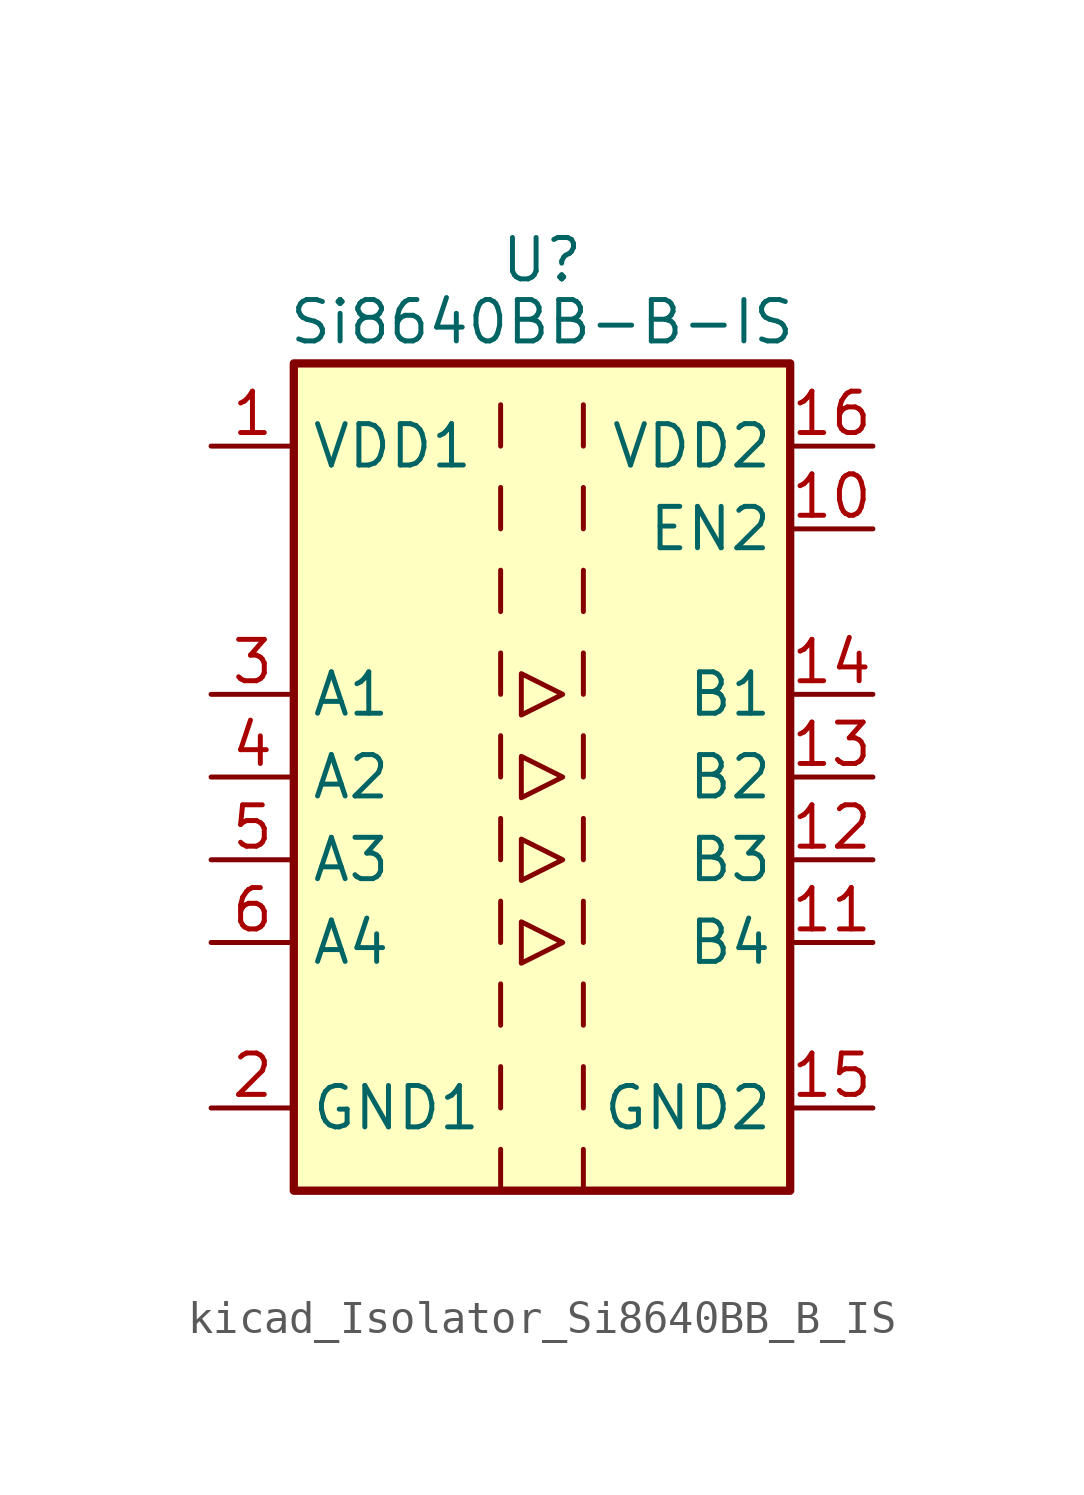
<source format=kicad_sym>
(kicad_symbol_lib
  (version 20220914)
  (generator kicad_symbol_editor)
  (symbol "kicad_Isolator_Si8640BB_B_IS"
    (property "Reference" "U"
      (at 0 15.875 0)
      (effects (font (size 1.27 1.27))))
    (property "Value" "Si8640BB-B-IS"
      (at 0 13.97 0)
      (effects (font (size 1.27 1.27))))
    (symbol "kicad_Isolator_Si8640BB_B_IS_0_1"
      (rectangle (start -7.62 12.7) (end 7.62 -12.7) (stroke (width 0.254) (type default)) (fill (type background)))
      (polyline (pts (xy -1.27 -11.43) (xy -1.27 -12.7)) (stroke (width 0) (type default)) (fill (type none)))
      (polyline (pts (xy -1.27 -8.89) (xy -1.27 -10.16)) (stroke (width 0) (type default)) (fill (type none)))
      (polyline (pts (xy -1.27 -6.35) (xy -1.27 -7.62)) (stroke (width 0) (type default)) (fill (type none)))
      (polyline (pts (xy -1.27 -3.81) (xy -1.27 -5.08)) (stroke (width 0) (type default)) (fill (type none)))
      (polyline (pts (xy -1.27 -1.27) (xy -1.27 -2.54)) (stroke (width 0) (type default)) (fill (type none)))
      (polyline (pts (xy -1.27 1.27) (xy -1.27 0)) (stroke (width 0) (type default)) (fill (type none)))
      (polyline (pts (xy -1.27 3.81) (xy -1.27 2.54)) (stroke (width 0) (type default)) (fill (type none)))
      (polyline (pts (xy -1.27 6.35) (xy -1.27 5.08)) (stroke (width 0) (type default)) (fill (type none)))
      (polyline (pts (xy -1.27 8.89) (xy -1.27 7.62)) (stroke (width 0) (type default)) (fill (type none)))
      (polyline (pts (xy -1.27 11.43) (xy -1.27 10.16)) (stroke (width 0) (type default)) (fill (type none)))
      (polyline (pts (xy 1.27 -11.43) (xy 1.27 -12.7)) (stroke (width 0) (type default)) (fill (type none)))
      (polyline (pts (xy 1.27 -8.89) (xy 1.27 -10.16)) (stroke (width 0) (type default)) (fill (type none)))
      (polyline (pts (xy 1.27 -6.35) (xy 1.27 -7.62)) (stroke (width 0) (type default)) (fill (type none)))
      (polyline (pts (xy 1.27 -3.81) (xy 1.27 -5.08)) (stroke (width 0) (type default)) (fill (type none)))
      (polyline (pts (xy 1.27 -1.27) (xy 1.27 -2.54)) (stroke (width 0) (type default)) (fill (type none)))
      (polyline (pts (xy 1.27 1.27) (xy 1.27 0)) (stroke (width 0) (type default)) (fill (type none)))
      (polyline (pts (xy 1.27 3.81) (xy 1.27 2.54)) (stroke (width 0) (type default)) (fill (type none)))
      (polyline (pts (xy 1.27 6.35) (xy 1.27 5.08)) (stroke (width 0) (type default)) (fill (type none)))
      (polyline (pts (xy 1.27 8.89) (xy 1.27 7.62)) (stroke (width 0) (type default)) (fill (type none)))
      (polyline (pts (xy 1.27 11.43) (xy 1.27 10.16)) (stroke (width 0) (type default)) (fill (type none)))
      (polyline (pts (xy -0.635 0.635) (xy -0.635 -0.635) (xy 0.635 0) (xy -0.635 0.635)) (stroke (width 0) (type default)) (fill (type none)))
      (polyline (pts (xy -0.635 3.175) (xy -0.635 1.905) (xy 0.635 2.54) (xy -0.635 3.175)) (stroke (width 0) (type default)) (fill (type none)))
      (polyline (pts (xy 0.635 -5.08) (xy -0.635 -4.445) (xy -0.635 -5.715) (xy 0.635 -5.08)) (stroke (width 0) (type default)) (fill (type none)))
      (polyline (pts (xy 0.635 -2.54) (xy -0.635 -1.905) (xy -0.635 -3.175) (xy 0.635 -2.54)) (stroke (width 0) (type default)) (fill (type none))))
    (symbol "kicad_Isolator_Si8640BB_B_IS_1_1"
      (pin power_in line (at -10.16 10.16 0) (length 2.54) (name "VDD1" (effects (font (size 1.27 1.27)))) (number "1" (effects (font (size 1.27 1.27)))))
      (pin input line (at 10.16 7.62 180) (length 2.54) (name "EN2" (effects (font (size 1.27 1.27)))) (number "10" (effects (font (size 1.27 1.27)))))
      (pin output line (at 10.16 -5.08 180) (length 2.54) (name "B4" (effects (font (size 1.27 1.27)))) (number "11" (effects (font (size 1.27 1.27)))))
      (pin output line (at 10.16 -2.54 180) (length 2.54) (name "B3" (effects (font (size 1.27 1.27)))) (number "12" (effects (font (size 1.27 1.27)))))
      (pin output line (at 10.16 0 180) (length 2.54) (name "B2" (effects (font (size 1.27 1.27)))) (number "13" (effects (font (size 1.27 1.27)))))
      (pin output line (at 10.16 2.54 180) (length 2.54) (name "B1" (effects (font (size 1.27 1.27)))) (number "14" (effects (font (size 1.27 1.27)))))
      (pin power_in line (at 10.16 -10.16 180) (length 2.54) (name "GND2" (effects (font (size 1.27 1.27)))) (number "15" (effects (font (size 1.27 1.27)))))
      (pin power_in line (at 10.16 10.16 180) (length 2.54) (name "VDD2" (effects (font (size 1.27 1.27)))) (number "16" (effects (font (size 1.27 1.27)))))
      (pin power_in line (at -10.16 -10.16 0) (length 2.54) (name "GND1" (effects (font (size 1.27 1.27)))) (number "2" (effects (font (size 1.27 1.27)))))
      (pin input line (at -10.16 2.54 0) (length 2.54) (name "A1" (effects (font (size 1.27 1.27)))) (number "3" (effects (font (size 1.27 1.27)))))
      (pin input line (at -10.16 0 0) (length 2.54) (name "A2" (effects (font (size 1.27 1.27)))) (number "4" (effects (font (size 1.27 1.27)))))
      (pin input line (at -10.16 -2.54 0) (length 2.54) (name "A3" (effects (font (size 1.27 1.27)))) (number "5" (effects (font (size 1.27 1.27)))))
      (pin input line (at -10.16 -5.08 0) (length 2.54) (name "A4" (effects (font (size 1.27 1.27)))) (number "6" (effects (font (size 1.27 1.27)))))
      (pin no_connect line (at -7.62 7.62 0) (length 2.54) hide (name "NC" (effects (font (size 1.27 1.27)))) (number "7" (effects (font (size 1.27 1.27)))))
      (pin passive line (at -10.16 -10.16 0) (length 2.54) hide (name "GND1" (effects (font (size 1.27 1.27)))) (number "8" (effects (font (size 1.27 1.27)))))
      (pin passive line (at 10.16 -10.16 180) (length 2.54) hide (name "GND2" (effects (font (size 1.27 1.27)))) (number "9" (effects (font (size 1.27 1.27))))))))
</source>
